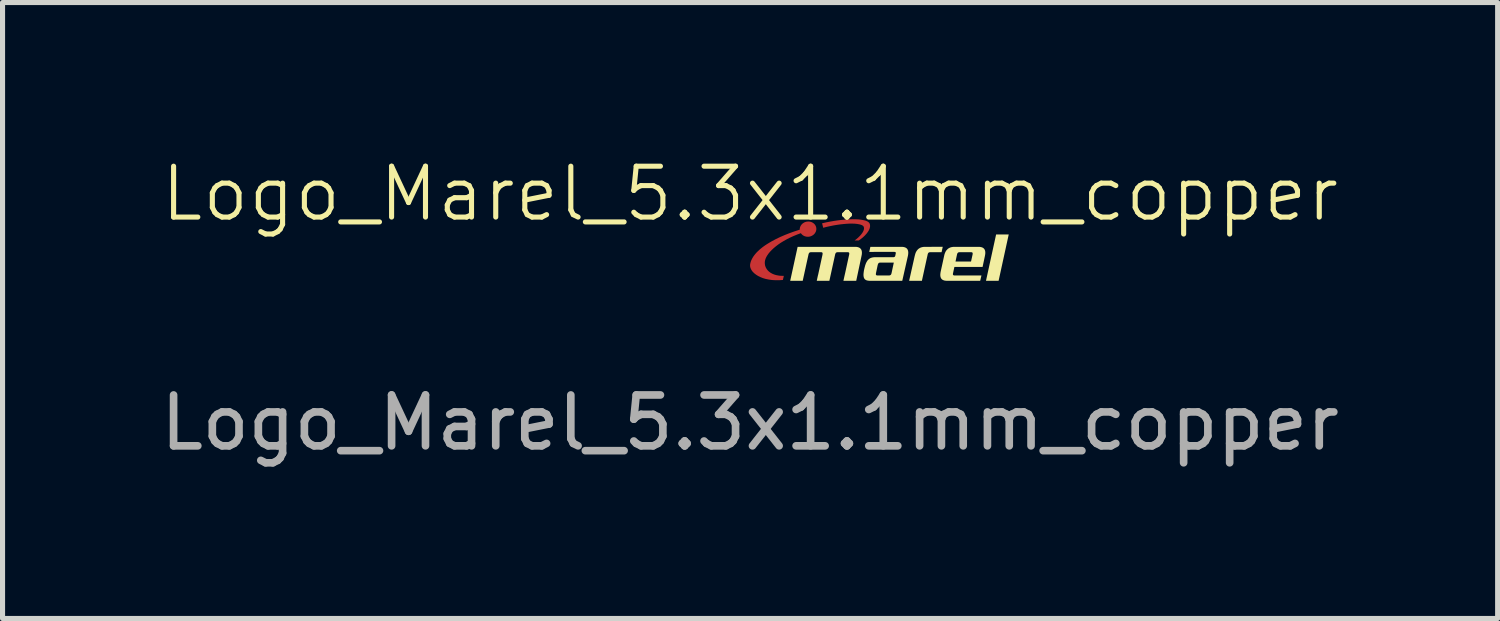
<source format=kicad_pcb>
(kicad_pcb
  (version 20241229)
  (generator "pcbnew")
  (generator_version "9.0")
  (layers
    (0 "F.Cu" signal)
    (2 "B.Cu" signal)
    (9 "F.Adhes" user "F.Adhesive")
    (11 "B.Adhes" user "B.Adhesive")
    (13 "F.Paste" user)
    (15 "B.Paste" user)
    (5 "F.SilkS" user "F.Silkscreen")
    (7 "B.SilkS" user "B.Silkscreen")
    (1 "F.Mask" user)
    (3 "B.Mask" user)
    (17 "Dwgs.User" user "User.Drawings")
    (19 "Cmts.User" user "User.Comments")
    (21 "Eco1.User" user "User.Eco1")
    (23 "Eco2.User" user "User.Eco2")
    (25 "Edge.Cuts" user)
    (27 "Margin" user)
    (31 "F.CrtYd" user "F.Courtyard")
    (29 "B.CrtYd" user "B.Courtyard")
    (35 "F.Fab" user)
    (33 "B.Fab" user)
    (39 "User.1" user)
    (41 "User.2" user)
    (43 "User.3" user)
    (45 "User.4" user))
  (footprint "Logo_Marel_5.3x1.1mm_copper"
    (layer "F.Cu")
    (at 11.696 1.26)
    (property "Reference" "Logo_Marel_5.3x1.1mm_copper" (at 0 -0.5 0) (unlocked yes) (layer "F.SilkS") (effects (font (size 1 1) (thickness 0.1))))
    (attr smd)
    (fp_poly (pts (xy 2.081 0.001) (xy 2.14 0.004) (xy 2.193 0.011) (xy 2.24 0.02) (xy 2.28 0.031) (xy 2.312 0.046) (xy 2.325 0.054) (xy 2.335 0.064) (xy 2.344 0.073) (xy 2.35 0.084) (xy 2.353 0.094) (xy 2.356 0.103) (xy 2.358 0.113) (xy 2.359 0.123) (xy 2.359 0.134) (xy 2.359 0.144) (xy 2.357 0.154) (xy 2.355 0.165) (xy 2.352 0.176) (xy 2.349 0.187) (xy 2.344 0.198) (xy 2.339 0.209) (xy 2.334 0.22) (xy 2.327 0.231) (xy 2.321 0.242) (xy 2.313 0.253) (xy 2.297 0.275) (xy 2.278 0.297) (xy 2.258 0.319) (xy 2.236 0.34) (xy 2.213 0.361) (xy 2.188 0.381) (xy 2.163 0.4) (xy 2.136 0.418) (xy 2.054 0.418) (xy 2.073 0.404) (xy 2.092 0.389) (xy 2.11 0.374) (xy 2.129 0.357) (xy 2.146 0.34) (xy 2.163 0.323) (xy 2.179 0.305) (xy 2.193 0.287) (xy 2.206 0.269) (xy 2.217 0.251) (xy 2.222 0.242) (xy 2.227 0.233) (xy 2.23 0.224) (xy 2.234 0.215) (xy 2.236 0.207) (xy 2.238 0.198) (xy 2.24 0.19) (xy 2.24 0.182) (xy 2.24 0.174) (xy 2.239 0.166) (xy 2.238 0.158) (xy 2.235 0.151) (xy 2.231 0.142) (xy 2.225 0.134) (xy 2.216 0.127) (xy 2.206 0.12) (xy 2.194 0.114) (xy 2.18 0.109) (xy 2.164 0.104) (xy 2.147 0.1) (xy 2.108 0.093) (xy 2.064 0.088) (xy 2.014 0.086) (xy 1.961 0.086) (xy 1.903 0.089) (xy 1.842 0.094) (xy 1.778 0.101) (xy 1.712 0.11) (xy 1.645 0.121) (xy 1.576 0.135) (xy 1.507 0.15) (xy 1.438 0.168) (xy 1.416 0.08) (xy 1.494 0.062) (xy 1.572 0.047) (xy 1.651 0.033) (xy 1.728 0.022) (xy 1.804 0.013) (xy 1.879 0.006) (xy 1.95 0.002) (xy 2.018 0.000034)) (stroke (width -0.000001) (type solid)) (fill yes) (layer "F.Cu"))
    (fp_poly (pts (xy 1.155 0.045) (xy 1.163 0.046) (xy 1.171 0.047) (xy 1.178 0.048) (xy 1.186 0.05) (xy 1.194 0.052) (xy 1.201 0.054) (xy 1.208 0.057) (xy 1.215 0.06) (xy 1.222 0.063) (xy 1.229 0.067) (xy 1.235 0.071) (xy 1.241 0.075) (xy 1.247 0.079) (xy 1.253 0.084) (xy 1.259 0.089) (xy 1.264 0.094) (xy 1.269 0.1) (xy 1.274 0.105) (xy 1.278 0.111) (xy 1.282 0.118) (xy 1.286 0.124) (xy 1.289 0.13) (xy 1.292 0.137) (xy 1.295 0.144) (xy 1.297 0.151) (xy 1.299 0.159) (xy 1.301 0.166) (xy 1.302 0.174) (xy 1.302 0.182) (xy 1.303 0.189) (xy 1.303 0.197) (xy 1.302 0.204) (xy 1.301 0.211) (xy 1.3 0.219) (xy 1.298 0.226) (xy 1.296 0.233) (xy 1.294 0.24) (xy 1.291 0.247) (xy 1.288 0.253) (xy 1.284 0.26) (xy 1.28 0.266) (xy 1.276 0.273) (xy 1.272 0.279) (xy 1.267 0.285) (xy 1.262 0.29) (xy 1.257 0.296) (xy 1.251 0.301) (xy 1.245 0.306) (xy 1.239 0.311) (xy 1.233 0.315) (xy 1.226 0.319) (xy 1.219 0.323) (xy 1.212 0.327) (xy 1.205 0.33) (xy 1.198 0.333) (xy 1.19 0.336) (xy 1.182 0.338) (xy 1.174 0.34) (xy 1.166 0.342) (xy 1.153 0.344) (xy 1.14 0.344) (xy 1.128 0.344) (xy 1.115 0.343) (xy 1.103 0.342) (xy 1.092 0.339) (xy 1.08 0.336) (xy 1.069 0.332) (xy 1.058 0.327) (xy 1.048 0.321) (xy 1.039 0.315) (xy 1.029 0.308) (xy 1.021 0.3) (xy 1.013 0.292) (xy 1.006 0.284) (xy 0.999 0.274) (xy 0.923 0.302) (xy 0.851 0.332) (xy 0.783 0.363) (xy 0.72 0.395) (xy 0.66 0.429) (xy 0.605 0.462) (xy 0.554 0.497) (xy 0.508 0.532) (xy 0.466 0.567) (xy 0.428 0.602) (xy 0.395 0.637) (xy 0.366 0.671) (xy 0.342 0.705) (xy 0.322 0.738) (xy 0.307 0.77) (xy 0.297 0.801) (xy 0.294 0.815) (xy 0.291 0.83) (xy 0.29 0.844) (xy 0.29 0.859) (xy 0.29 0.873) (xy 0.292 0.888) (xy 0.294 0.902) (xy 0.297 0.916) (xy 0.302 0.929) (xy 0.307 0.943) (xy 0.313 0.956) (xy 0.321 0.969) (xy 0.329 0.982) (xy 0.338 0.994) (xy 0.348 1.006) (xy 0.359 1.018) (xy 0.371 1.028) (xy 0.384 1.039) (xy 0.398 1.049) (xy 0.413 1.058) (xy 0.429 1.067) (xy 0.445 1.075) (xy 0.463 1.082) (xy 0.482 1.089) (xy 0.501 1.095) (xy 0.522 1.1) (xy 0.543 1.104) (xy 0.565 1.108) (xy 0.589 1.111) (xy 0.613 1.112) (xy 0.638 1.113) (xy 0.664 1.113) (xy 0.645 1.194) (xy 0.57 1.199) (xy 0.499 1.199) (xy 0.431 1.195) (xy 0.368 1.186) (xy 0.308 1.174) (xy 0.254 1.158) (xy 0.204 1.138) (xy 0.159 1.116) (xy 0.119 1.091) (xy 0.084 1.064) (xy 0.055 1.036) (xy 0.043 1.021) (xy 0.032 1.006) (xy 0.023 0.99) (xy 0.015 0.974) (xy 0.009 0.959) (xy 0.004 0.943) (xy 0.001 0.926) (xy 0.000058 0.91) (xy 0.000463 0.894) (xy 0.003 0.878) (xy 0.008 0.855) (xy 0.015 0.832) (xy 0.024 0.808) (xy 0.035 0.785) (xy 0.047 0.762) (xy 0.061 0.739) (xy 0.077 0.716) (xy 0.095 0.693) (xy 0.114 0.67) (xy 0.135 0.647) (xy 0.158 0.625) (xy 0.182 0.602) (xy 0.208 0.58) (xy 0.235 0.558) (xy 0.264 0.536) (xy 0.295 0.514) (xy 0.327 0.493) (xy 0.361 0.472) (xy 0.432 0.43) (xy 0.51 0.389) (xy 0.593 0.349) (xy 0.681 0.311) (xy 0.775 0.274) (xy 0.873 0.239) (xy 0.977 0.205) (xy 0.977 0.198) (xy 0.977 0.191) (xy 0.978 0.184) (xy 0.978 0.178) (xy 0.98 0.171) (xy 0.981 0.164) (xy 0.983 0.158) (xy 0.985 0.151) (xy 0.988 0.145) (xy 0.991 0.139) (xy 0.994 0.132) (xy 0.997 0.126) (xy 1.001 0.121) (xy 1.005 0.115) (xy 1.009 0.109) (xy 1.013 0.104) (xy 1.018 0.099) (xy 1.023 0.094) (xy 1.028 0.089) (xy 1.033 0.084) (xy 1.039 0.08) (xy 1.045 0.076) (xy 1.051 0.072) (xy 1.057 0.068) (xy 1.064 0.064) (xy 1.07 0.061) (xy 1.077 0.058) (xy 1.084 0.056) (xy 1.091 0.053) (xy 1.099 0.051) (xy 1.106 0.049) (xy 1.114 0.048) (xy 1.122 0.046) (xy 1.13 0.046) (xy 1.139 0.045) (xy 1.147 0.045)) (stroke (width -0.000001) (type solid)) (fill yes) (layer "F.Cu"))
    (fp_poly (pts (xy 2.081 0.001) (xy 2.14 0.004) (xy 2.193 0.011) (xy 2.24 0.02) (xy 2.28 0.031) (xy 2.312 0.046) (xy 2.325 0.054) (xy 2.335 0.064) (xy 2.344 0.073) (xy 2.35 0.084) (xy 2.353 0.094) (xy 2.356 0.103) (xy 2.358 0.113) (xy 2.359 0.123) (xy 2.359 0.134) (xy 2.359 0.144) (xy 2.357 0.154) (xy 2.355 0.165) (xy 2.352 0.176) (xy 2.349 0.187) (xy 2.344 0.198) (xy 2.339 0.209) (xy 2.334 0.22) (xy 2.327 0.231) (xy 2.321 0.242) (xy 2.313 0.253) (xy 2.297 0.275) (xy 2.278 0.297) (xy 2.258 0.319) (xy 2.236 0.34) (xy 2.213 0.361) (xy 2.188 0.381) (xy 2.163 0.4) (xy 2.136 0.418) (xy 2.054 0.418) (xy 2.073 0.404) (xy 2.092 0.389) (xy 2.11 0.374) (xy 2.129 0.357) (xy 2.146 0.34) (xy 2.163 0.323) (xy 2.179 0.305) (xy 2.193 0.287) (xy 2.206 0.269) (xy 2.217 0.251) (xy 2.222 0.242) (xy 2.227 0.233) (xy 2.23 0.224) (xy 2.234 0.215) (xy 2.236 0.207) (xy 2.238 0.198) (xy 2.24 0.19) (xy 2.24 0.182) (xy 2.24 0.174) (xy 2.239 0.166) (xy 2.238 0.158) (xy 2.235 0.151) (xy 2.231 0.142) (xy 2.225 0.134) (xy 2.216 0.127) (xy 2.206 0.12) (xy 2.194 0.114) (xy 2.18 0.109) (xy 2.164 0.104) (xy 2.147 0.1) (xy 2.108 0.093) (xy 2.064 0.088) (xy 2.014 0.086) (xy 1.961 0.086) (xy 1.903 0.089) (xy 1.842 0.094) (xy 1.778 0.101) (xy 1.712 0.11) (xy 1.645 0.121) (xy 1.576 0.135) (xy 1.507 0.15) (xy 1.438 0.168) (xy 1.416 0.08) (xy 1.494 0.062) (xy 1.572 0.047) (xy 1.651 0.033) (xy 1.728 0.022) (xy 1.804 0.013) (xy 1.879 0.006) (xy 1.95 0.002) (xy 2.018 0.000034)) (stroke (width -0.000001) (type solid)) (fill yes) (layer "F.Mask"))
    (fp_poly (pts (xy 1.155 0.045) (xy 1.163 0.046) (xy 1.171 0.047) (xy 1.178 0.048) (xy 1.186 0.05) (xy 1.194 0.052) (xy 1.201 0.054) (xy 1.208 0.057) (xy 1.215 0.06) (xy 1.222 0.063) (xy 1.229 0.067) (xy 1.235 0.071) (xy 1.241 0.075) (xy 1.247 0.079) (xy 1.253 0.084) (xy 1.259 0.089) (xy 1.264 0.094) (xy 1.269 0.1) (xy 1.274 0.105) (xy 1.278 0.111) (xy 1.282 0.118) (xy 1.286 0.124) (xy 1.289 0.13) (xy 1.292 0.137) (xy 1.295 0.144) (xy 1.297 0.151) (xy 1.299 0.159) (xy 1.301 0.166) (xy 1.302 0.174) (xy 1.302 0.182) (xy 1.303 0.189) (xy 1.303 0.197) (xy 1.302 0.204) (xy 1.301 0.211) (xy 1.3 0.219) (xy 1.298 0.226) (xy 1.296 0.233) (xy 1.294 0.24) (xy 1.291 0.247) (xy 1.288 0.253) (xy 1.284 0.26) (xy 1.28 0.266) (xy 1.276 0.273) (xy 1.272 0.279) (xy 1.267 0.285) (xy 1.262 0.29) (xy 1.257 0.296) (xy 1.251 0.301) (xy 1.245 0.306) (xy 1.239 0.311) (xy 1.233 0.315) (xy 1.226 0.319) (xy 1.219 0.323) (xy 1.212 0.327) (xy 1.205 0.33) (xy 1.198 0.333) (xy 1.19 0.336) (xy 1.182 0.338) (xy 1.174 0.34) (xy 1.166 0.342) (xy 1.153 0.344) (xy 1.14 0.344) (xy 1.128 0.344) (xy 1.115 0.343) (xy 1.103 0.342) (xy 1.092 0.339) (xy 1.08 0.336) (xy 1.069 0.332) (xy 1.058 0.327) (xy 1.048 0.321) (xy 1.039 0.315) (xy 1.029 0.308) (xy 1.021 0.3) (xy 1.013 0.292) (xy 1.006 0.284) (xy 0.999 0.274) (xy 0.923 0.302) (xy 0.851 0.332) (xy 0.783 0.363) (xy 0.72 0.395) (xy 0.66 0.429) (xy 0.605 0.462) (xy 0.554 0.497) (xy 0.508 0.532) (xy 0.466 0.567) (xy 0.428 0.602) (xy 0.395 0.637) (xy 0.366 0.671) (xy 0.342 0.705) (xy 0.322 0.738) (xy 0.307 0.77) (xy 0.297 0.801) (xy 0.294 0.815) (xy 0.291 0.83) (xy 0.29 0.844) (xy 0.29 0.859) (xy 0.29 0.873) (xy 0.292 0.888) (xy 0.294 0.902) (xy 0.297 0.916) (xy 0.302 0.929) (xy 0.307 0.943) (xy 0.313 0.956) (xy 0.321 0.969) (xy 0.329 0.982) (xy 0.338 0.994) (xy 0.348 1.006) (xy 0.359 1.018) (xy 0.371 1.028) (xy 0.384 1.039) (xy 0.398 1.049) (xy 0.413 1.058) (xy 0.429 1.067) (xy 0.445 1.075) (xy 0.463 1.082) (xy 0.482 1.089) (xy 0.501 1.095) (xy 0.522 1.1) (xy 0.543 1.104) (xy 0.565 1.108) (xy 0.589 1.111) (xy 0.613 1.112) (xy 0.638 1.113) (xy 0.664 1.113) (xy 0.645 1.194) (xy 0.57 1.199) (xy 0.499 1.199) (xy 0.431 1.195) (xy 0.368 1.186) (xy 0.308 1.174) (xy 0.254 1.158) (xy 0.204 1.138) (xy 0.159 1.116) (xy 0.119 1.091) (xy 0.084 1.064) (xy 0.055 1.036) (xy 0.043 1.021) (xy 0.032 1.006) (xy 0.023 0.99) (xy 0.015 0.974) (xy 0.009 0.959) (xy 0.004 0.943) (xy 0.001 0.926) (xy 0.000058 0.91) (xy 0.000463 0.894) (xy 0.003 0.878) (xy 0.008 0.855) (xy 0.015 0.832) (xy 0.024 0.808) (xy 0.035 0.785) (xy 0.047 0.762) (xy 0.061 0.739) (xy 0.077 0.716) (xy 0.095 0.693) (xy 0.114 0.67) (xy 0.135 0.647) (xy 0.158 0.625) (xy 0.182 0.602) (xy 0.208 0.58) (xy 0.235 0.558) (xy 0.264 0.536) (xy 0.295 0.514) (xy 0.327 0.493) (xy 0.361 0.472) (xy 0.432 0.43) (xy 0.51 0.389) (xy 0.593 0.349) (xy 0.681 0.311) (xy 0.775 0.274) (xy 0.873 0.239) (xy 0.977 0.205) (xy 0.977 0.198) (xy 0.977 0.191) (xy 0.978 0.184) (xy 0.978 0.178) (xy 0.98 0.171) (xy 0.981 0.164) (xy 0.983 0.158) (xy 0.985 0.151) (xy 0.988 0.145) (xy 0.991 0.139) (xy 0.994 0.132) (xy 0.997 0.126) (xy 1.001 0.121) (xy 1.005 0.115) (xy 1.009 0.109) (xy 1.013 0.104) (xy 1.018 0.099) (xy 1.023 0.094) (xy 1.028 0.089) (xy 1.033 0.084) (xy 1.039 0.08) (xy 1.045 0.076) (xy 1.051 0.072) (xy 1.057 0.068) (xy 1.064 0.064) (xy 1.07 0.061) (xy 1.077 0.058) (xy 1.084 0.056) (xy 1.091 0.053) (xy 1.099 0.051) (xy 1.106 0.049) (xy 1.114 0.048) (xy 1.122 0.046) (xy 1.13 0.046) (xy 1.139 0.045) (xy 1.147 0.045)) (stroke (width -0.000001) (type solid)) (fill yes) (layer "F.Mask"))
    (fp_poly (pts (xy 4.886 1.211) (xy 4.638 1.211) (xy 4.837 0.3) (xy 5.085 0.3)) (stroke (width -0.000001) (type solid)) (fill yes) (layer "F.SilkS"))
    (fp_poly (pts (xy 3.765 0.648) (xy 3.545 0.648) (xy 3.539 0.648) (xy 3.533 0.649) (xy 3.531 0.649) (xy 3.528 0.65) (xy 3.526 0.65) (xy 3.523 0.651) (xy 3.521 0.651) (xy 3.519 0.652) (xy 3.517 0.653) (xy 3.515 0.654) (xy 3.513 0.655) (xy 3.511 0.656) (xy 3.51 0.658) (xy 3.508 0.659) (xy 3.506 0.66) (xy 3.505 0.662) (xy 3.504 0.664) (xy 3.502 0.666) (xy 3.501 0.667) (xy 3.5 0.669) (xy 3.499 0.672) (xy 3.498 0.674) (xy 3.495 0.679) (xy 3.494 0.684) (xy 3.492 0.69) (xy 3.491 0.696) (xy 3.461 0.832) (xy 3.378 1.211) (xy 3.127 1.211) (xy 3.237 0.722) (xy 3.243 0.699) (xy 3.249 0.679) (xy 3.252 0.669) (xy 3.256 0.659) (xy 3.26 0.65) (xy 3.264 0.642) (xy 3.269 0.633) (xy 3.274 0.625) (xy 3.279 0.618) (xy 3.284 0.611) (xy 3.289 0.604) (xy 3.295 0.598) (xy 3.301 0.592) (xy 3.307 0.586) (xy 3.314 0.58) (xy 3.321 0.576) (xy 3.328 0.571) (xy 3.335 0.567) (xy 3.343 0.563) (xy 3.35 0.559) (xy 3.359 0.556) (xy 3.367 0.553) (xy 3.376 0.551) (xy 3.385 0.548) (xy 3.394 0.547) (xy 3.403 0.545) (xy 3.423 0.543) (xy 3.444 0.543) (xy 3.788 0.542)) (stroke (width -0.000001) (type solid)) (fill yes) (layer "F.SilkS"))
    (fp_poly (pts (xy 2.071 0.543) (xy 2.081 0.543) (xy 2.091 0.544) (xy 2.1 0.545) (xy 2.109 0.547) (xy 2.117 0.548) (xy 2.125 0.551) (xy 2.133 0.553) (xy 2.14 0.556) (xy 2.147 0.559) (xy 2.153 0.563) (xy 2.159 0.567) (xy 2.164 0.571) (xy 2.17 0.576) (xy 2.174 0.581) (xy 2.178 0.586) (xy 2.182 0.592) (xy 2.186 0.598) (xy 2.189 0.604) (xy 2.191 0.611) (xy 2.194 0.618) (xy 2.195 0.626) (xy 2.197 0.633) (xy 2.198 0.642) (xy 2.198 0.65) (xy 2.199 0.66) (xy 2.198 0.669) (xy 2.198 0.679) (xy 2.197 0.689) (xy 2.195 0.7) (xy 2.193 0.711) (xy 2.191 0.722) (xy 2.087 1.211) (xy 1.835 1.211) (xy 1.856 1.116) (xy 1.859 1.103) (xy 1.862 1.09) (xy 1.865 1.076) (xy 1.869 1.06) (xy 1.948 0.696) (xy 1.949 0.69) (xy 1.95 0.684) (xy 1.95 0.679) (xy 1.95 0.674) (xy 1.95 0.672) (xy 1.95 0.67) (xy 1.95 0.668) (xy 1.949 0.666) (xy 1.949 0.664) (xy 1.948 0.662) (xy 1.948 0.66) (xy 1.947 0.659) (xy 1.946 0.658) (xy 1.945 0.656) (xy 1.944 0.655) (xy 1.942 0.654) (xy 1.941 0.653) (xy 1.939 0.652) (xy 1.938 0.651) (xy 1.936 0.651) (xy 1.934 0.65) (xy 1.932 0.65) (xy 1.929 0.649) (xy 1.927 0.649) (xy 1.922 0.648) (xy 1.916 0.648) (xy 1.726 0.648) (xy 1.72 0.648) (xy 1.715 0.649) (xy 1.712 0.649) (xy 1.709 0.65) (xy 1.707 0.65) (xy 1.705 0.651) (xy 1.702 0.651) (xy 1.7 0.652) (xy 1.698 0.653) (xy 1.696 0.654) (xy 1.695 0.655) (xy 1.693 0.656) (xy 1.691 0.658) (xy 1.689 0.659) (xy 1.688 0.66) (xy 1.686 0.662) (xy 1.685 0.664) (xy 1.684 0.666) (xy 1.682 0.668) (xy 1.681 0.67) (xy 1.68 0.672) (xy 1.679 0.674) (xy 1.678 0.676) (xy 1.677 0.679) (xy 1.675 0.684) (xy 1.673 0.69) (xy 1.672 0.696) (xy 1.672 0.696) (xy 1.559 1.211) (xy 1.311 1.211) (xy 1.333 1.11) (xy 1.336 1.099) (xy 1.339 1.087) (xy 1.342 1.074) (xy 1.345 1.06) (xy 1.423 0.701) (xy 1.424 0.694) (xy 1.425 0.687) (xy 1.426 0.681) (xy 1.426 0.676) (xy 1.426 0.673) (xy 1.426 0.671) (xy 1.426 0.669) (xy 1.425 0.667) (xy 1.425 0.665) (xy 1.424 0.663) (xy 1.423 0.661) (xy 1.423 0.66) (xy 1.422 0.658) (xy 1.421 0.657) (xy 1.419 0.655) (xy 1.418 0.654) (xy 1.417 0.653) (xy 1.415 0.652) (xy 1.413 0.652) (xy 1.412 0.651) (xy 1.41 0.65) (xy 1.408 0.65) (xy 1.405 0.649) (xy 1.403 0.649) (xy 1.398 0.648) (xy 1.392 0.648) (xy 1.202 0.648) (xy 1.196 0.648) (xy 1.19 0.649) (xy 1.188 0.649) (xy 1.185 0.65) (xy 1.183 0.65) (xy 1.181 0.651) (xy 1.178 0.651) (xy 1.176 0.652) (xy 1.174 0.653) (xy 1.172 0.654) (xy 1.17 0.655) (xy 1.169 0.656) (xy 1.167 0.658) (xy 1.165 0.659) (xy 1.164 0.66) (xy 1.162 0.662) (xy 1.161 0.664) (xy 1.16 0.666) (xy 1.158 0.668) (xy 1.157 0.67) (xy 1.156 0.672) (xy 1.155 0.674) (xy 1.154 0.676) (xy 1.153 0.679) (xy 1.151 0.684) (xy 1.149 0.69) (xy 1.148 0.696) (xy 1.035 1.211) (xy 0.789 1.211) (xy 0.935 0.543) (xy 2.061 0.543)) (stroke (width -0.000001) (type solid)) (fill yes) (layer "F.SilkS"))
    (fp_poly (pts (xy 4.507 0.543) (xy 4.517 0.544) (xy 4.526 0.545) (xy 4.535 0.547) (xy 4.543 0.548) (xy 4.551 0.551) (xy 4.559 0.553) (xy 4.566 0.556) (xy 4.573 0.559) (xy 4.579 0.563) (xy 4.585 0.567) (xy 4.591 0.571) (xy 4.596 0.576) (xy 4.6 0.58) (xy 4.605 0.586) (xy 4.608 0.592) (xy 4.612 0.598) (xy 4.615 0.604) (xy 4.617 0.611) (xy 4.62 0.618) (xy 4.621 0.625) (xy 4.623 0.633) (xy 4.624 0.642) (xy 4.624 0.65) (xy 4.625 0.659) (xy 4.624 0.669) (xy 4.624 0.679) (xy 4.621 0.699) (xy 4.617 0.722) (xy 4.571 0.938) (xy 4.017 0.938) (xy 3.991 1.057) (xy 3.989 1.063) (xy 3.989 1.069) (xy 3.988 1.072) (xy 3.988 1.075) (xy 3.988 1.077) (xy 3.988 1.079) (xy 3.988 1.082) (xy 3.988 1.084) (xy 3.988 1.086) (xy 3.989 1.088) (xy 3.989 1.09) (xy 3.99 1.091) (xy 3.991 1.093) (xy 3.991 1.094) (xy 3.992 1.096) (xy 3.994 1.097) (xy 3.995 1.098) (xy 3.996 1.099) (xy 3.997 1.1) (xy 3.999 1.101) (xy 4.001 1.102) (xy 4.003 1.103) (xy 4.005 1.103) (xy 4.007 1.104) (xy 4.009 1.104) (xy 4.011 1.105) (xy 4.014 1.105) (xy 4.017 1.105) (xy 4.019 1.105) (xy 4.022 1.105) (xy 4.455 1.105) (xy 4.549 1.105) (xy 4.524 1.211) (xy 3.878 1.211) (xy 3.857 1.21) (xy 3.847 1.209) (xy 3.838 1.208) (xy 3.829 1.207) (xy 3.821 1.205) (xy 3.813 1.203) (xy 3.805 1.2) (xy 3.798 1.197) (xy 3.792 1.194) (xy 3.785 1.191) (xy 3.779 1.187) (xy 3.774 1.182) (xy 3.769 1.178) (xy 3.764 1.173) (xy 3.76 1.168) (xy 3.756 1.162) (xy 3.753 1.156) (xy 3.75 1.149) (xy 3.747 1.143) (xy 3.745 1.135) (xy 3.743 1.128) (xy 3.742 1.12) (xy 3.741 1.112) (xy 3.74 1.103) (xy 3.74 1.094) (xy 3.74 1.085) (xy 3.741 1.075) (xy 3.743 1.054) (xy 3.747 1.032) (xy 3.791 0.832) (xy 4.039 0.832) (xy 4.344 0.832) (xy 4.374 0.696) (xy 4.375 0.69) (xy 4.376 0.684) (xy 4.376 0.681) (xy 4.376 0.679) (xy 4.376 0.676) (xy 4.376 0.674) (xy 4.376 0.672) (xy 4.376 0.669) (xy 4.376 0.667) (xy 4.376 0.666) (xy 4.375 0.664) (xy 4.374 0.662) (xy 4.374 0.66) (xy 4.373 0.659) (xy 4.372 0.658) (xy 4.371 0.656) (xy 4.37 0.655) (xy 4.368 0.654) (xy 4.367 0.653) (xy 4.365 0.652) (xy 4.364 0.651) (xy 4.362 0.651) (xy 4.36 0.65) (xy 4.358 0.65) (xy 4.356 0.649) (xy 4.353 0.649) (xy 4.351 0.648) (xy 4.348 0.648) (xy 4.345 0.648) (xy 4.342 0.648) (xy 4.122 0.648) (xy 4.116 0.648) (xy 4.111 0.649) (xy 4.108 0.649) (xy 4.106 0.65) (xy 4.103 0.65) (xy 4.101 0.651) (xy 4.099 0.651) (xy 4.097 0.652) (xy 4.094 0.653) (xy 4.093 0.654) (xy 4.091 0.655) (xy 4.089 0.656) (xy 4.087 0.658) (xy 4.086 0.659) (xy 4.084 0.66) (xy 4.083 0.662) (xy 4.081 0.664) (xy 4.08 0.666) (xy 4.078 0.667) (xy 4.077 0.669) (xy 4.076 0.672) (xy 4.075 0.674) (xy 4.073 0.679) (xy 4.071 0.684) (xy 4.07 0.69) (xy 4.068 0.696) (xy 4.039 0.832) (xy 3.791 0.832) (xy 3.815 0.722) (xy 3.82 0.699) (xy 3.826 0.679) (xy 3.83 0.669) (xy 3.834 0.659) (xy 3.838 0.65) (xy 3.842 0.642) (xy 3.846 0.633) (xy 3.851 0.625) (xy 3.856 0.618) (xy 3.861 0.611) (xy 3.867 0.604) (xy 3.873 0.598) (xy 3.879 0.592) (xy 3.885 0.586) (xy 3.891 0.58) (xy 3.898 0.576) (xy 3.905 0.571) (xy 3.913 0.567) (xy 3.92 0.563) (xy 3.928 0.559) (xy 3.936 0.556) (xy 3.944 0.553) (xy 3.953 0.551) (xy 3.962 0.548) (xy 3.971 0.547) (xy 3.981 0.545) (xy 4 0.543) (xy 4.021 0.543) (xy 4.487 0.543)) (stroke (width -0.000001) (type solid)) (fill yes) (layer "F.SilkS"))
    (fp_poly (pts (xy 2.993 0.543) (xy 3.002 0.544) (xy 3.012 0.545) (xy 3.021 0.547) (xy 3.029 0.548) (xy 3.037 0.551) (xy 3.044 0.553) (xy 3.052 0.556) (xy 3.058 0.559) (xy 3.065 0.563) (xy 3.071 0.567) (xy 3.076 0.571) (xy 3.081 0.575) (xy 3.086 0.58) (xy 3.09 0.586) (xy 3.094 0.591) (xy 3.097 0.597) (xy 3.1 0.604) (xy 3.103 0.611) (xy 3.105 0.618) (xy 3.107 0.625) (xy 3.108 0.633) (xy 3.109 0.641) (xy 3.11 0.65) (xy 3.11 0.659) (xy 3.11 0.669) (xy 3.109 0.678) (xy 3.107 0.699) (xy 3.103 0.721) (xy 2.992 1.211) (xy 2.363 1.211) (xy 2.342 1.21) (xy 2.323 1.208) (xy 2.305 1.205) (xy 2.297 1.203) (xy 2.289 1.2) (xy 2.282 1.197) (xy 2.276 1.194) (xy 2.269 1.19) (xy 2.263 1.186) (xy 2.258 1.181) (xy 2.253 1.176) (xy 2.249 1.17) (xy 2.245 1.164) (xy 2.241 1.157) (xy 2.238 1.149) (xy 2.236 1.141) (xy 2.234 1.133) (xy 2.232 1.124) (xy 2.231 1.114) (xy 2.23 1.103) (xy 2.23 1.092) (xy 2.23 1.079) (xy 2.473 1.079) (xy 2.473 1.082) (xy 2.474 1.084) (xy 2.474 1.086) (xy 2.474 1.088) (xy 2.475 1.09) (xy 2.475 1.091) (xy 2.476 1.093) (xy 2.477 1.094) (xy 2.478 1.096) (xy 2.479 1.097) (xy 2.48 1.098) (xy 2.481 1.099) (xy 2.483 1.1) (xy 2.484 1.101) (xy 2.486 1.102) (xy 2.488 1.103) (xy 2.49 1.103) (xy 2.492 1.104) (xy 2.494 1.104) (xy 2.497 1.105) (xy 2.499 1.105) (xy 2.502 1.105) (xy 2.505 1.105) (xy 2.508 1.105) (xy 2.728 1.105) (xy 2.734 1.105) (xy 2.739 1.105) (xy 2.742 1.104) (xy 2.744 1.104) (xy 2.747 1.103) (xy 2.749 1.103) (xy 2.751 1.102) (xy 2.753 1.101) (xy 2.755 1.1) (xy 2.757 1.099) (xy 2.759 1.098) (xy 2.761 1.097) (xy 2.763 1.096) (xy 2.764 1.094) (xy 2.766 1.093) (xy 2.767 1.091) (xy 2.769 1.09) (xy 2.77 1.088) (xy 2.771 1.086) (xy 2.773 1.084) (xy 2.774 1.082) (xy 2.775 1.079) (xy 2.777 1.075) (xy 2.779 1.069) (xy 2.78 1.063) (xy 2.782 1.057) (xy 2.826 0.852) (xy 2.826 0.852) (xy 2.563 0.852) (xy 2.557 0.853) (xy 2.552 0.853) (xy 2.549 0.853) (xy 2.547 0.854) (xy 2.544 0.854) (xy 2.542 0.855) (xy 2.54 0.856) (xy 2.538 0.856) (xy 2.536 0.857) (xy 2.534 0.858) (xy 2.532 0.859) (xy 2.53 0.861) (xy 2.529 0.862) (xy 2.527 0.863) (xy 2.526 0.865) (xy 2.524 0.866) (xy 2.523 0.868) (xy 2.522 0.87) (xy 2.52 0.872) (xy 2.519 0.874) (xy 2.518 0.876) (xy 2.517 0.878) (xy 2.515 0.883) (xy 2.513 0.888) (xy 2.511 0.894) (xy 2.509 0.901) (xy 2.476 1.057) (xy 2.475 1.063) (xy 2.474 1.069) (xy 2.474 1.072) (xy 2.474 1.075) (xy 2.473 1.077) (xy 2.473 1.079) (xy 2.23 1.079) (xy 2.231 1.068) (xy 2.234 1.041) (xy 2.238 1.012) (xy 2.245 0.979) (xy 2.253 0.946) (xy 2.261 0.916) (xy 2.265 0.902) (xy 2.27 0.889) (xy 2.274 0.877) (xy 2.279 0.865) (xy 2.284 0.854) (xy 2.289 0.844) (xy 2.295 0.834) (xy 2.3 0.825) (xy 2.306 0.816) (xy 2.312 0.808) (xy 2.318 0.801) (xy 2.325 0.794) (xy 2.331 0.788) (xy 2.338 0.782) (xy 2.345 0.777) (xy 2.353 0.772) (xy 2.36 0.767) (xy 2.368 0.764) (xy 2.376 0.76) (xy 2.385 0.757) (xy 2.393 0.755) (xy 2.402 0.752) (xy 2.412 0.751) (xy 2.421 0.749) (xy 2.431 0.748) (xy 2.441 0.747) (xy 2.462 0.747) (xy 2.812 0.747) (xy 2.817 0.747) (xy 2.821 0.746) (xy 2.824 0.746) (xy 2.826 0.745) (xy 2.828 0.745) (xy 2.83 0.745) (xy 2.831 0.744) (xy 2.833 0.743) (xy 2.835 0.743) (xy 2.836 0.742) (xy 2.838 0.741) (xy 2.839 0.741) (xy 2.841 0.74) (xy 2.842 0.739) (xy 2.843 0.738) (xy 2.844 0.737) (xy 2.846 0.735) (xy 2.847 0.734) (xy 2.848 0.733) (xy 2.849 0.732) (xy 2.85 0.73) (xy 2.851 0.729) (xy 2.852 0.727) (xy 2.852 0.725) (xy 2.853 0.724) (xy 2.854 0.722) (xy 2.854 0.72) (xy 2.855 0.718) (xy 2.855 0.716) (xy 2.864 0.673) (xy 2.864 0.671) (xy 2.865 0.669) (xy 2.865 0.667) (xy 2.865 0.666) (xy 2.865 0.664) (xy 2.865 0.662) (xy 2.865 0.661) (xy 2.865 0.659) (xy 2.865 0.658) (xy 2.864 0.656) (xy 2.864 0.655) (xy 2.863 0.654) (xy 2.863 0.653) (xy 2.862 0.651) (xy 2.861 0.65) (xy 2.86 0.65) (xy 2.859 0.649) (xy 2.858 0.648) (xy 2.857 0.647) (xy 2.856 0.646) (xy 2.855 0.646) (xy 2.853 0.645) (xy 2.852 0.645) (xy 2.851 0.644) (xy 2.849 0.644) (xy 2.847 0.643) (xy 2.844 0.643) (xy 2.84 0.643) (xy 2.836 0.642) (xy 2.462 0.642) (xy 2.343 0.643) (xy 2.365 0.543) (xy 2.972 0.543)) (stroke (width -0.000001) (type solid)) (fill yes) (layer "F.SilkS"))
    (fp_text user "${REFERENCE}" (at 0 4 0) (unlocked yes) (layer "F.Fab") (effects (font (size 1 1) (thickness 0.15)))))
  (gr_rect
    (start -3 -3)
    (end 26.393 9.109)
    (stroke (width 0.1) (type default))
    (fill no)
    (layer "Edge.Cuts")))
</source>
